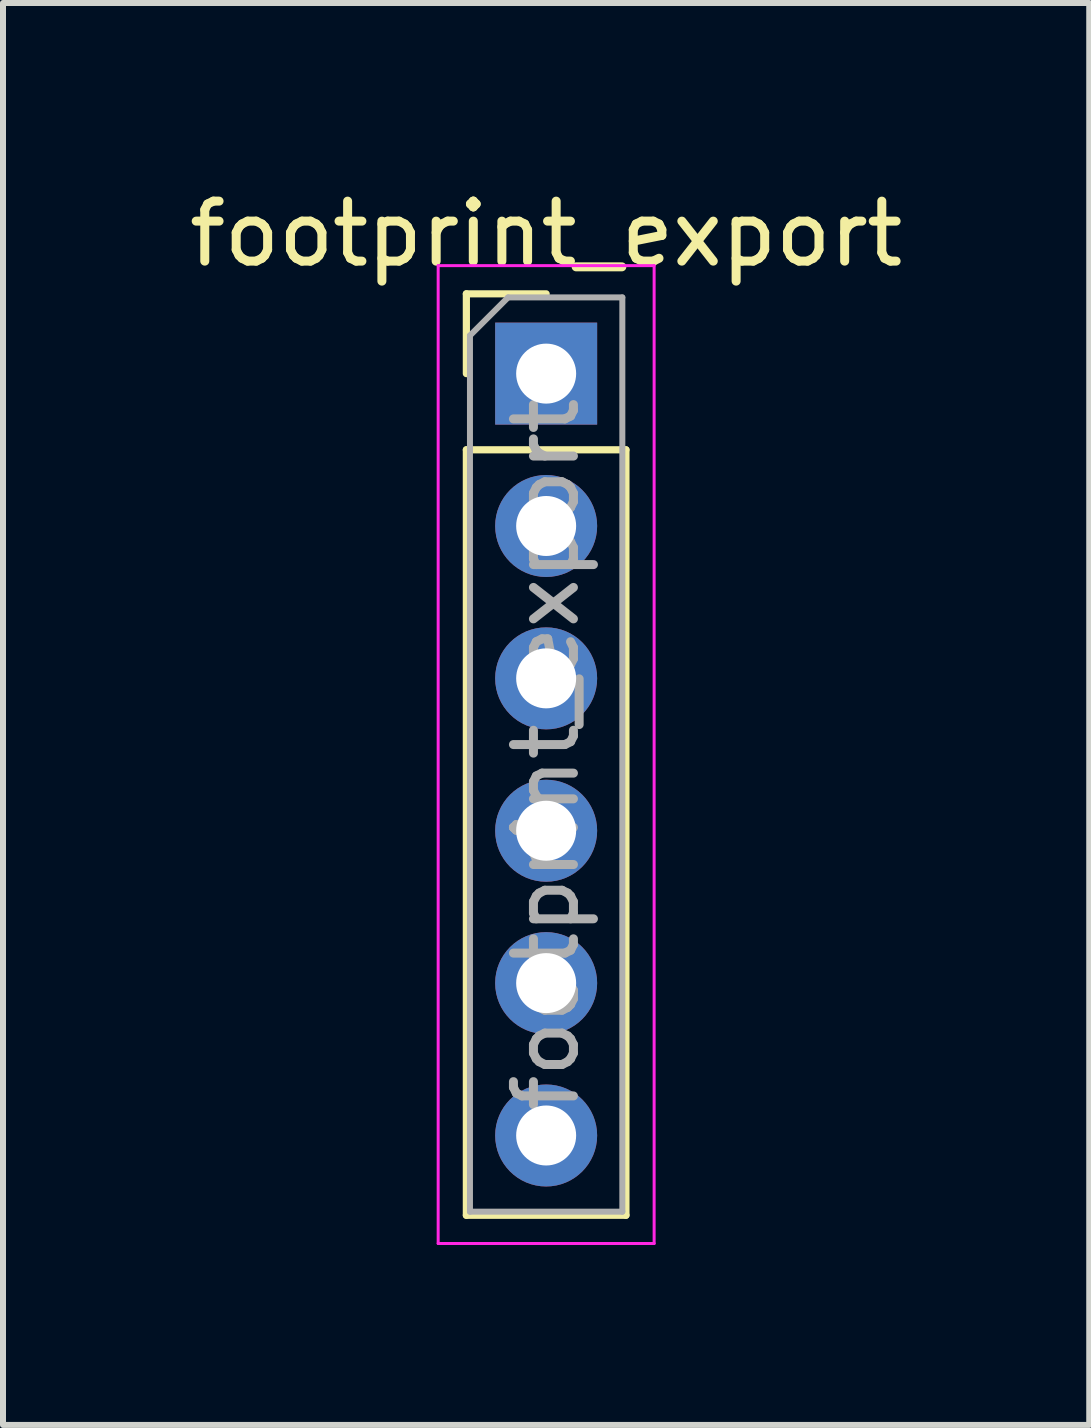
<source format=kicad_pcb>
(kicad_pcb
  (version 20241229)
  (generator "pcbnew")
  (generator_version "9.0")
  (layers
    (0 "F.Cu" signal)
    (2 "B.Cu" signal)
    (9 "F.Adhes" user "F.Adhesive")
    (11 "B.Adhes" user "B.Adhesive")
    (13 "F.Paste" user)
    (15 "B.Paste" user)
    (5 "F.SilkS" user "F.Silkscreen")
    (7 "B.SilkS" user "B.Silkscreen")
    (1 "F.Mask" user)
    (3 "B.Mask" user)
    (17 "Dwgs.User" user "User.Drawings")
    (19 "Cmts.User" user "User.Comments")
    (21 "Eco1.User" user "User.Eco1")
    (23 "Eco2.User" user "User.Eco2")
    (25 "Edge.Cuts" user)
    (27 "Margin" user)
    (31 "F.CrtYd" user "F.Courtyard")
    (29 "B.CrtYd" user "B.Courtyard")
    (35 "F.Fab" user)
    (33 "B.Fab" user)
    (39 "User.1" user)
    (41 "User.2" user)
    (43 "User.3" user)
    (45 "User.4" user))
  (footprint "footprint_export"
    (layer "F.Cu")
    (at 6.054 3.178)
    (property "Reference" "footprint_export" (at 0 -2.33 0) (layer "F.SilkS") (effects (font (size 1 1) (thickness 0.15))))
    (attr through_hole)
    (fp_line (start -1.33 -1.33) (end 0 -1.33) (stroke (width 0.12) (type solid)) (layer "F.SilkS"))
    (fp_line (start -1.33 0) (end -1.33 -1.33) (stroke (width 0.12) (type solid)) (layer "F.SilkS"))
    (fp_line (start -1.33 1.27) (end -1.33 14.03) (stroke (width 0.12) (type solid)) (layer "F.SilkS"))
    (fp_line (start -1.33 1.27) (end 1.33 1.27) (stroke (width 0.12) (type solid)) (layer "F.SilkS"))
    (fp_line (start -1.33 14.03) (end 1.33 14.03) (stroke (width 0.12) (type solid)) (layer "F.SilkS"))
    (fp_line (start 1.33 1.27) (end 1.33 14.03) (stroke (width 0.12) (type solid)) (layer "F.SilkS"))
    (fp_line (start -1.8 -1.8) (end -1.8 14.5) (stroke (width 0.05) (type solid)) (layer "F.CrtYd"))
    (fp_line (start -1.8 14.5) (end 1.8 14.5) (stroke (width 0.05) (type solid)) (layer "F.CrtYd"))
    (fp_line (start 1.8 -1.8) (end -1.8 -1.8) (stroke (width 0.05) (type solid)) (layer "F.CrtYd"))
    (fp_line (start 1.8 14.5) (end 1.8 -1.8) (stroke (width 0.05) (type solid)) (layer "F.CrtYd"))
    (fp_line (start -1.27 -0.635) (end -0.635 -1.27) (stroke (width 0.1) (type solid)) (layer "F.Fab"))
    (fp_line (start -1.27 13.97) (end -1.27 -0.635) (stroke (width 0.1) (type solid)) (layer "F.Fab"))
    (fp_line (start -0.635 -1.27) (end 1.27 -1.27) (stroke (width 0.1) (type solid)) (layer "F.Fab"))
    (fp_line (start 1.27 -1.27) (end 1.27 13.97) (stroke (width 0.1) (type solid)) (layer "F.Fab"))
    (fp_line (start 1.27 13.97) (end -1.27 13.97) (stroke (width 0.1) (type solid)) (layer "F.Fab"))
    (fp_text user "${REFERENCE}" (at 0 6.35 90) (layer "F.Fab") (effects (font (size 1 1) (thickness 0.15))))
    (pad "1" thru_hole rect (at 0 0) (size 1.7 1.7) (drill 1) (layers "*.Cu" "*.Mask"))
    (pad "2" thru_hole oval (at 0 2.54) (size 1.7 1.7) (drill 1) (layers "*.Cu" "*.Mask"))
    (pad "3" thru_hole oval (at 0 5.08) (size 1.7 1.7) (drill 1) (layers "*.Cu" "*.Mask"))
    (pad "4" thru_hole oval (at 0 7.62) (size 1.7 1.7) (drill 1) (layers "*.Cu" "*.Mask"))
    (pad "5" thru_hole oval (at 0 10.16) (size 1.7 1.7) (drill 1) (layers "*.Cu" "*.Mask"))
    (pad "6" thru_hole oval (at 0 12.7) (size 1.7 1.7) (drill 1) (layers "*.Cu" "*.Mask")))
  (gr_rect
    (start -3 -3)
    (end 15.107 20.703)
    (stroke (width 0.1) (type default))
    (fill no)
    (layer "Edge.Cuts")))
</source>
